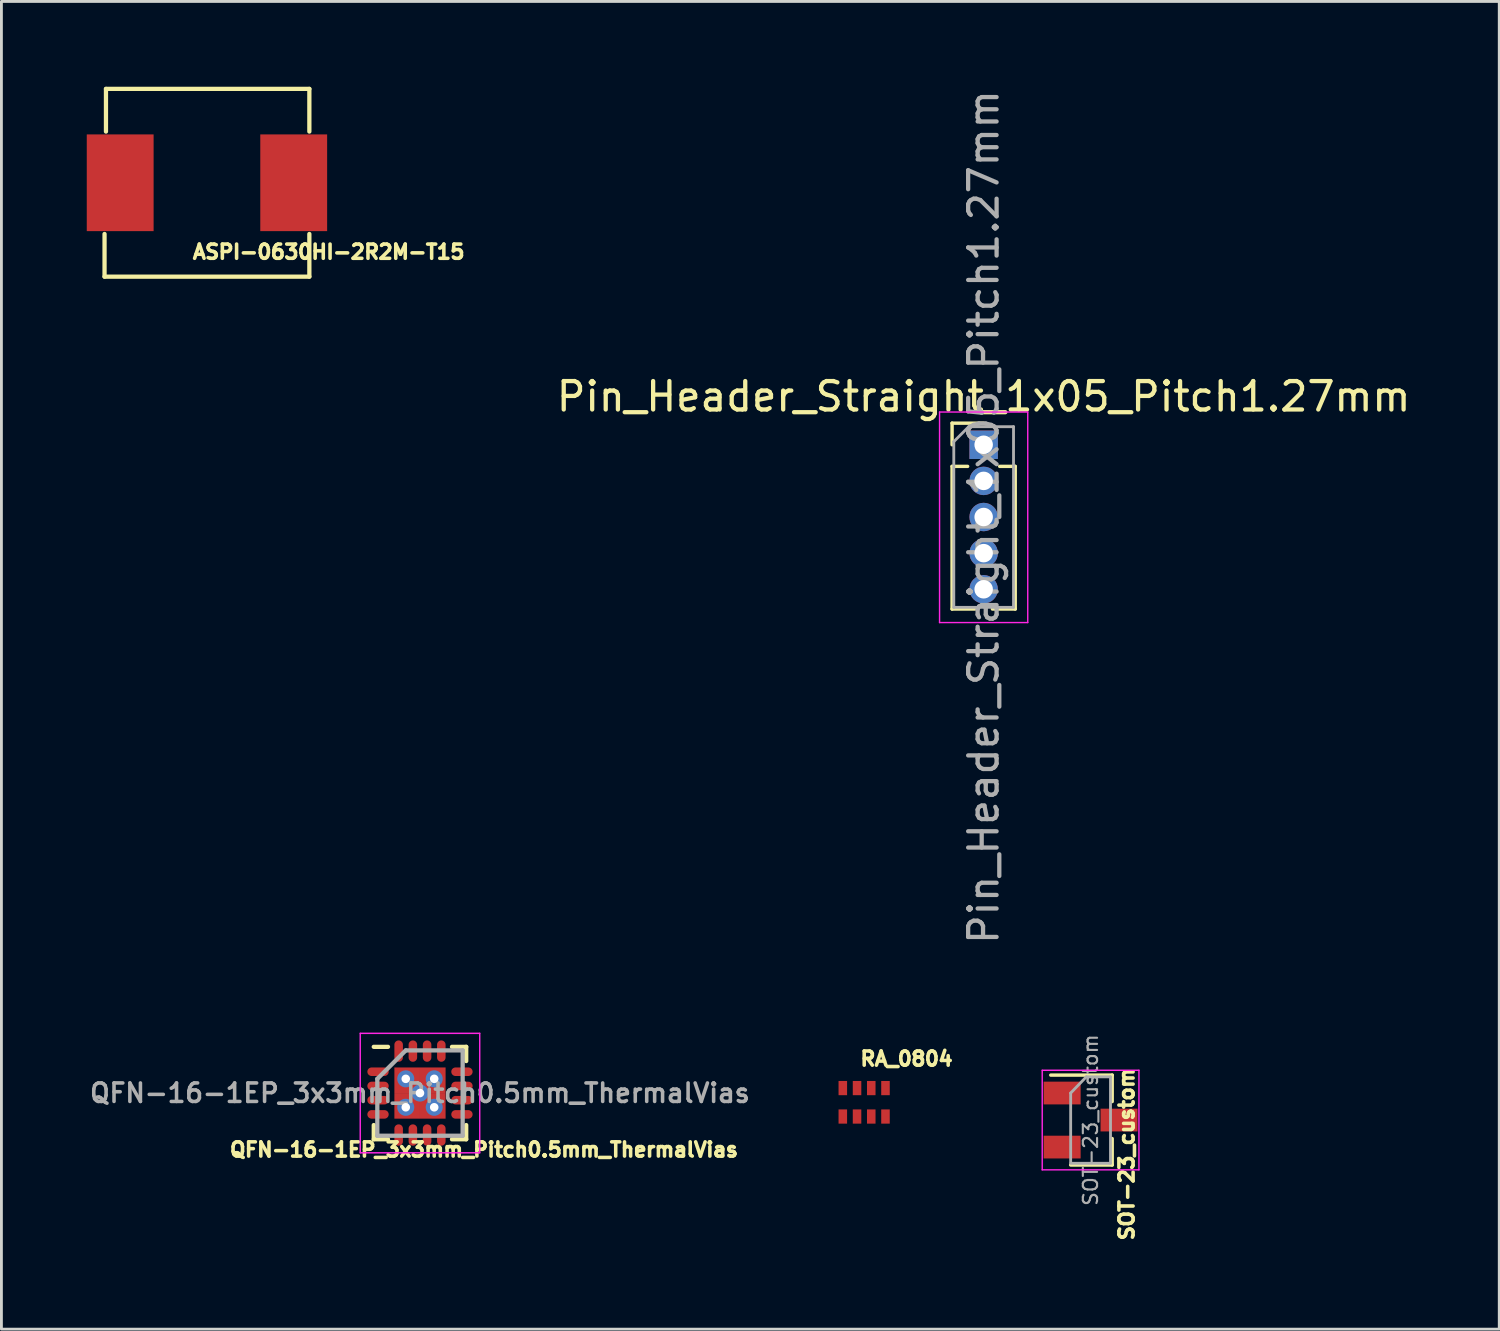
<source format=kicad_pcb>
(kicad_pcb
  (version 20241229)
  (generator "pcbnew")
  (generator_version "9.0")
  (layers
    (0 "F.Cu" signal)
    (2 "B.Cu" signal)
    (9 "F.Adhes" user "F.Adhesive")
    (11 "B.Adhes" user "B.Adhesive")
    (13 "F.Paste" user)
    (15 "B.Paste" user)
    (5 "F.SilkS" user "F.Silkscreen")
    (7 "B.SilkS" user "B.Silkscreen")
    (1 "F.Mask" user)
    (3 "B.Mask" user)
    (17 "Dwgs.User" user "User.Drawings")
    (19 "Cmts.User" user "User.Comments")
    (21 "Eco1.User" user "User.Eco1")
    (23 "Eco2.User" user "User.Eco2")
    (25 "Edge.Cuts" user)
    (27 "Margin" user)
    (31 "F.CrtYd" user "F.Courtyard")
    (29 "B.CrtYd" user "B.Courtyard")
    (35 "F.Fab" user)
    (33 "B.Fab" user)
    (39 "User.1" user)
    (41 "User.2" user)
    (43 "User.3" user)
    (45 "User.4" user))
  (footprint "RA_0804"
    (layer "F.Cu")
    (at 27.578 33.5)
    (property "Reference" "RA_0804" (at 1.24 0.67 0) (layer "F.SilkS") (effects (font (size 0.5 0.5) (thickness 0.125))))
    (attr through_hole)
    (pad "1" smd rect (at -1 1.7) (size 0.3 0.5) (layers "F.Cu" "F.Mask" "F.Paste"))
    (pad "2" smd rect (at -0.5 1.7) (size 0.3 0.5) (layers "F.Cu" "F.Mask" "F.Paste"))
    (pad "3" smd rect (at 0 1.7) (size 0.3 0.5) (layers "F.Cu" "F.Mask" "F.Paste"))
    (pad "4" smd rect (at 0.5 1.7) (size 0.3 0.5) (layers "F.Cu" "F.Mask" "F.Paste"))
    (pad "5" smd rect (at 0.5 2.7) (size 0.3 0.5) (layers "F.Cu" "F.Mask" "F.Paste"))
    (pad "6" smd rect (at 0 2.7) (size 0.3 0.5) (layers "F.Cu" "F.Mask" "F.Paste"))
    (pad "7" smd rect (at -0.5 2.7) (size 0.3 0.5) (layers "F.Cu" "F.Mask" "F.Paste"))
    (pad "8" smd rect (at -1 2.7) (size 0.3 0.5) (layers "F.Cu" "F.Mask" "F.Paste")))
  (footprint "QFN-16-1EP_3x3mm_Pitch0.5mm_ThermalVias"
    (layer "F.Cu")
    (at 11.714 35.375)
    (property "Reference" "QFN-16-1EP_3x3mm_Pitch0.5mm_ThermalVias" (at 2.25 1.99 0) (layer "F.SilkS") (effects (font (size 0.5 0.5) (thickness 0.125))))
    (attr smd)
    (fp_line (start -1.625 -1.625) (end -1.125 -1.625) (stroke (width 0.15) (type solid)) (layer "F.SilkS"))
    (fp_line (start -1.625 1.625) (end -1.625 1.125) (stroke (width 0.15) (type solid)) (layer "F.SilkS"))
    (fp_line (start -1.625 1.625) (end -1.125 1.625) (stroke (width 0.15) (type solid)) (layer "F.SilkS"))
    (fp_line (start 1.625 -1.625) (end 1.125 -1.625) (stroke (width 0.15) (type solid)) (layer "F.SilkS"))
    (fp_line (start 1.625 -1.625) (end 1.625 -1.125) (stroke (width 0.15) (type solid)) (layer "F.SilkS"))
    (fp_line (start 1.625 1.625) (end 1.125 1.625) (stroke (width 0.15) (type solid)) (layer "F.SilkS"))
    (fp_line (start 1.625 1.625) (end 1.625 1.125) (stroke (width 0.15) (type solid)) (layer "F.SilkS"))
    (fp_line (start -2.1 -2.1) (end -2.1 2.1) (stroke (width 0.05) (type solid)) (layer "F.CrtYd"))
    (fp_line (start -2.1 -2.1) (end 2.1 -2.1) (stroke (width 0.05) (type solid)) (layer "F.CrtYd"))
    (fp_line (start -2.1 2.1) (end 2.1 2.1) (stroke (width 0.05) (type solid)) (layer "F.CrtYd"))
    (fp_line (start 2.1 -2.1) (end 2.1 2.1) (stroke (width 0.05) (type solid)) (layer "F.CrtYd"))
    (fp_line (start -1.5 -0.5) (end -0.5 -1.5) (stroke (width 0.15) (type solid)) (layer "F.Fab"))
    (fp_line (start -1.5 1.5) (end -1.5 -0.5) (stroke (width 0.15) (type solid)) (layer "F.Fab"))
    (fp_line (start -0.5 -1.5) (end 1.5 -1.5) (stroke (width 0.15) (type solid)) (layer "F.Fab"))
    (fp_line (start 1.5 -1.5) (end 1.5 1.5) (stroke (width 0.15) (type solid)) (layer "F.Fab"))
    (fp_line (start 1.5 1.5) (end -1.5 1.5) (stroke (width 0.15) (type solid)) (layer "F.Fab"))
    (fp_text user "${REFERENCE}" (at 0 0 0) (layer "F.Fab") (effects (font (size 0.65 0.65) (thickness 0.125))))
    (pad "1" smd oval (at -1.475 -0.75) (size 0.75 0.3) (layers "F.Cu" "F.Mask" "F.Paste"))
    (pad "2" smd oval (at -1.475 -0.25) (size 0.75 0.3) (layers "F.Cu" "F.Mask" "F.Paste"))
    (pad "3" smd oval (at -1.475 0.25) (size 0.75 0.3) (layers "F.Cu" "F.Mask" "F.Paste"))
    (pad "4" smd oval (at -1.475 0.75) (size 0.75 0.3) (layers "F.Cu" "F.Mask" "F.Paste"))
    (pad "5" smd oval (at -0.75 1.475 90) (size 0.75 0.3) (layers "F.Cu" "F.Mask" "F.Paste"))
    (pad "6" smd oval (at -0.25 1.475 90) (size 0.75 0.3) (layers "F.Cu" "F.Mask" "F.Paste"))
    (pad "7" smd oval (at 0.25 1.475 90) (size 0.75 0.3) (layers "F.Cu" "F.Mask" "F.Paste"))
    (pad "8" smd oval (at 0.75 1.475 90) (size 0.75 0.3) (layers "F.Cu" "F.Mask" "F.Paste"))
    (pad "9" smd oval (at 1.475 0.75) (size 0.75 0.3) (layers "F.Cu" "F.Mask" "F.Paste"))
    (pad "10" smd oval (at 1.475 0.25) (size 0.75 0.3) (layers "F.Cu" "F.Mask" "F.Paste"))
    (pad "11" smd oval (at 1.475 -0.25) (size 0.75 0.3) (layers "F.Cu" "F.Mask" "F.Paste"))
    (pad "12" smd oval (at 1.475 -0.75) (size 0.75 0.3) (layers "F.Cu" "F.Mask" "F.Paste"))
    (pad "13" smd oval (at 0.75 -1.475 90) (size 0.75 0.3) (layers "F.Cu" "F.Mask" "F.Paste"))
    (pad "14" smd oval (at 0.25 -1.475 90) (size 0.75 0.3) (layers "F.Cu" "F.Mask" "F.Paste"))
    (pad "15" smd oval (at -0.25 -1.475 90) (size 0.75 0.3) (layers "F.Cu" "F.Mask" "F.Paste"))
    (pad "16" smd oval (at -0.75 -1.475 90) (size 0.75 0.3) (layers "F.Cu" "F.Mask" "F.Paste"))
    (pad "17" thru_hole circle (at -0.5 -0.5) (size 0.6 0.6) (drill 0.3) (layers "*.Cu"))
    (pad "17" thru_hole circle (at -0.5 0.5) (size 0.6 0.6) (drill 0.3) (layers "*.Cu"))
    (pad "17" smd rect (at -0.45 -0.45) (size 0.9 0.9) (layers "F.Cu" "F.Mask" "F.Paste"))
    (pad "17" smd rect (at -0.45 0.45) (size 0.9 0.9) (layers "F.Cu" "F.Mask" "F.Paste"))
    (pad "17" thru_hole circle (at 0 0) (size 0.6 0.6) (drill 0.3) (layers "*.Cu"))
    (pad "17" smd rect (at 0.45 -0.45) (size 0.9 0.9) (layers "F.Cu" "F.Mask" "F.Paste"))
    (pad "17" smd rect (at 0.45 0.45) (size 0.9 0.9) (layers "F.Cu" "F.Mask" "F.Paste"))
    (pad "17" thru_hole circle (at 0.5 -0.5) (size 0.6 0.6) (drill 0.3) (layers "*.Cu"))
    (pad "17" thru_hole circle (at 0.5 0.5) (size 0.6 0.6) (drill 0.3) (layers "*.Cu")))
  (footprint "SOT-23_custom"
    (layer "F.Cu")
    (at 35.288 36.324)
    (property "Reference" "SOT-23_custom" (at 1.27 1.2 90) (layer "F.SilkS") (effects (font (size 0.5 0.5) (thickness 0.125))))
    (attr smd)
    (fp_line (start 0.76 -1.58) (end -1.4 -1.58) (stroke (width 0.12) (type solid)) (layer "F.SilkS"))
    (fp_line (start 0.76 -1.58) (end 0.76 -0.65) (stroke (width 0.12) (type solid)) (layer "F.SilkS"))
    (fp_line (start 0.76 1.58) (end -0.7 1.58) (stroke (width 0.12) (type solid)) (layer "F.SilkS"))
    (fp_line (start 0.76 1.58) (end 0.76 0.65) (stroke (width 0.12) (type solid)) (layer "F.SilkS"))
    (fp_line (start -1.7 -1.75) (end 1.7 -1.75) (stroke (width 0.05) (type solid)) (layer "F.CrtYd"))
    (fp_line (start -1.7 1.75) (end -1.7 -1.75) (stroke (width 0.05) (type solid)) (layer "F.CrtYd"))
    (fp_line (start 1.7 -1.75) (end 1.7 1.75) (stroke (width 0.05) (type solid)) (layer "F.CrtYd"))
    (fp_line (start 1.7 1.75) (end -1.7 1.75) (stroke (width 0.05) (type solid)) (layer "F.CrtYd"))
    (fp_line (start -0.7 -0.95) (end -0.7 1.5) (stroke (width 0.1) (type solid)) (layer "F.Fab"))
    (fp_line (start -0.7 -0.95) (end -0.15 -1.52) (stroke (width 0.1) (type solid)) (layer "F.Fab"))
    (fp_line (start -0.7 1.52) (end 0.7 1.52) (stroke (width 0.1) (type solid)) (layer "F.Fab"))
    (fp_line (start -0.15 -1.52) (end 0.7 -1.52) (stroke (width 0.1) (type solid)) (layer "F.Fab"))
    (fp_line (start 0.7 -1.52) (end 0.7 1.52) (stroke (width 0.1) (type solid)) (layer "F.Fab"))
    (fp_text user "${REFERENCE}" (at 0 0 90) (layer "F.Fab") (effects (font (size 0.5 0.5) (thickness 0.075))))
    (pad "1" smd rect (at -1 -0.95) (size 1.3 0.8) (layers "F.Cu" "F.Mask" "F.Paste"))
    (pad "2" smd rect (at -1 0.95) (size 1.3 0.8) (layers "F.Cu" "F.Mask" "F.Paste"))
    (pad "3" smd rect (at 1 0) (size 1.3 0.8) (layers "F.Cu" "F.Mask" "F.Paste")))
  (footprint "ASPI-0630HI-2R2M-T15"
    (layer "F.Cu")
    (at 4.225 3.375)
    (property "Reference" "ASPI-0630HI-2R2M-T15" (at 4.28 2.43 0) (layer "F.SilkS") (effects (font (size 0.5 0.5) (thickness 0.125))))
    (attr through_hole)
    (fp_line (start -3.6 3.3) (end -3.6 1.8) (stroke (width 0.15) (type solid)) (layer "F.SilkS"))
    (fp_line (start -3.6 3.3) (end 3.6 3.3) (stroke (width 0.15) (type solid)) (layer "F.SilkS"))
    (fp_line (start -3.55 -3.3) (end -3.55 -1.8) (stroke (width 0.15) (type solid)) (layer "F.SilkS"))
    (fp_line (start -3.55 -3.3) (end 3.6 -3.3) (stroke (width 0.15) (type solid)) (layer "F.SilkS"))
    (fp_line (start 3.6 -3.3) (end 3.6 -1.8) (stroke (width 0.15) (type solid)) (layer "F.SilkS"))
    (fp_line (start 3.6 3.3) (end 3.6 1.8) (stroke (width 0.15) (type solid)) (layer "F.SilkS"))
    (pad "1" smd rect (at -3.05 0) (size 2.35 3.4) (layers "F.Cu" "F.Mask" "F.Paste"))
    (pad "2" smd rect (at 3.05 0) (size 2.35 3.4) (layers "F.Cu" "F.Mask" "F.Paste")))
  (footprint "Pin_Header_Straight_1x05_Pitch1.27mm"
    (layer "F.Cu")
    (at 31.529 12.585)
    (property "Reference" "Pin_Header_Straight_1x05_Pitch1.27mm" (at 0 -1.695 0) (layer "F.SilkS") (effects (font (size 1 1) (thickness 0.15))))
    (attr through_hole)
    (fp_line (start -1.11 -0.76) (end 0 -0.76) (stroke (width 0.12) (type solid)) (layer "F.SilkS"))
    (fp_line (start -1.11 0) (end -1.11 -0.76) (stroke (width 0.12) (type solid)) (layer "F.SilkS"))
    (fp_line (start -1.11 0.76) (end -1.11 5.775) (stroke (width 0.12) (type solid)) (layer "F.SilkS"))
    (fp_line (start -1.11 0.76) (end -0.563 0.76) (stroke (width 0.12) (type solid)) (layer "F.SilkS"))
    (fp_line (start -1.11 5.775) (end -0.308 5.775) (stroke (width 0.12) (type solid)) (layer "F.SilkS"))
    (fp_line (start 0.308 5.775) (end 1.11 5.775) (stroke (width 0.12) (type solid)) (layer "F.SilkS"))
    (fp_line (start 0.563 0.76) (end 1.11 0.76) (stroke (width 0.12) (type solid)) (layer "F.SilkS"))
    (fp_line (start 1.11 0.76) (end 1.11 5.775) (stroke (width 0.12) (type solid)) (layer "F.SilkS"))
    (fp_line (start -1.55 -1.15) (end -1.55 6.25) (stroke (width 0.05) (type solid)) (layer "F.CrtYd"))
    (fp_line (start -1.55 6.25) (end 1.55 6.25) (stroke (width 0.05) (type solid)) (layer "F.CrtYd"))
    (fp_line (start 1.55 -1.15) (end -1.55 -1.15) (stroke (width 0.05) (type solid)) (layer "F.CrtYd"))
    (fp_line (start 1.55 6.25) (end 1.55 -1.15) (stroke (width 0.05) (type solid)) (layer "F.CrtYd"))
    (fp_line (start -1.05 -0.11) (end -0.525 -0.635) (stroke (width 0.1) (type solid)) (layer "F.Fab"))
    (fp_line (start -1.05 5.715) (end -1.05 -0.11) (stroke (width 0.1) (type solid)) (layer "F.Fab"))
    (fp_line (start -0.525 -0.635) (end 1.05 -0.635) (stroke (width 0.1) (type solid)) (layer "F.Fab"))
    (fp_line (start 1.05 -0.635) (end 1.05 5.715) (stroke (width 0.1) (type solid)) (layer "F.Fab"))
    (fp_line (start 1.05 5.715) (end -1.05 5.715) (stroke (width 0.1) (type solid)) (layer "F.Fab"))
    (fp_text user "${REFERENCE}" (at 0 2.54 90) (layer "F.Fab") (effects (font (size 1 1) (thickness 0.15))))
    (pad "1" thru_hole rect (at 0 0) (size 1 1) (drill 0.65) (layers "*.Cu" "*.Mask"))
    (pad "2" thru_hole oval (at 0 1.27) (size 1 1) (drill 0.65) (layers "*.Cu" "*.Mask"))
    (pad "3" thru_hole oval (at 0 2.54) (size 1 1) (drill 0.65) (layers "*.Cu" "*.Mask"))
    (pad "4" thru_hole oval (at 0 3.81) (size 1 1) (drill 0.65) (layers "*.Cu" "*.Mask"))
    (pad "5" thru_hole oval (at 0 5.08) (size 1 1) (drill 0.65) (layers "*.Cu" "*.Mask")))
  (gr_rect
    (start -3 -3)
    (end 49.654 43.674)
    (stroke (width 0.1) (type default))
    (fill no)
    (layer "Edge.Cuts")))
</source>
